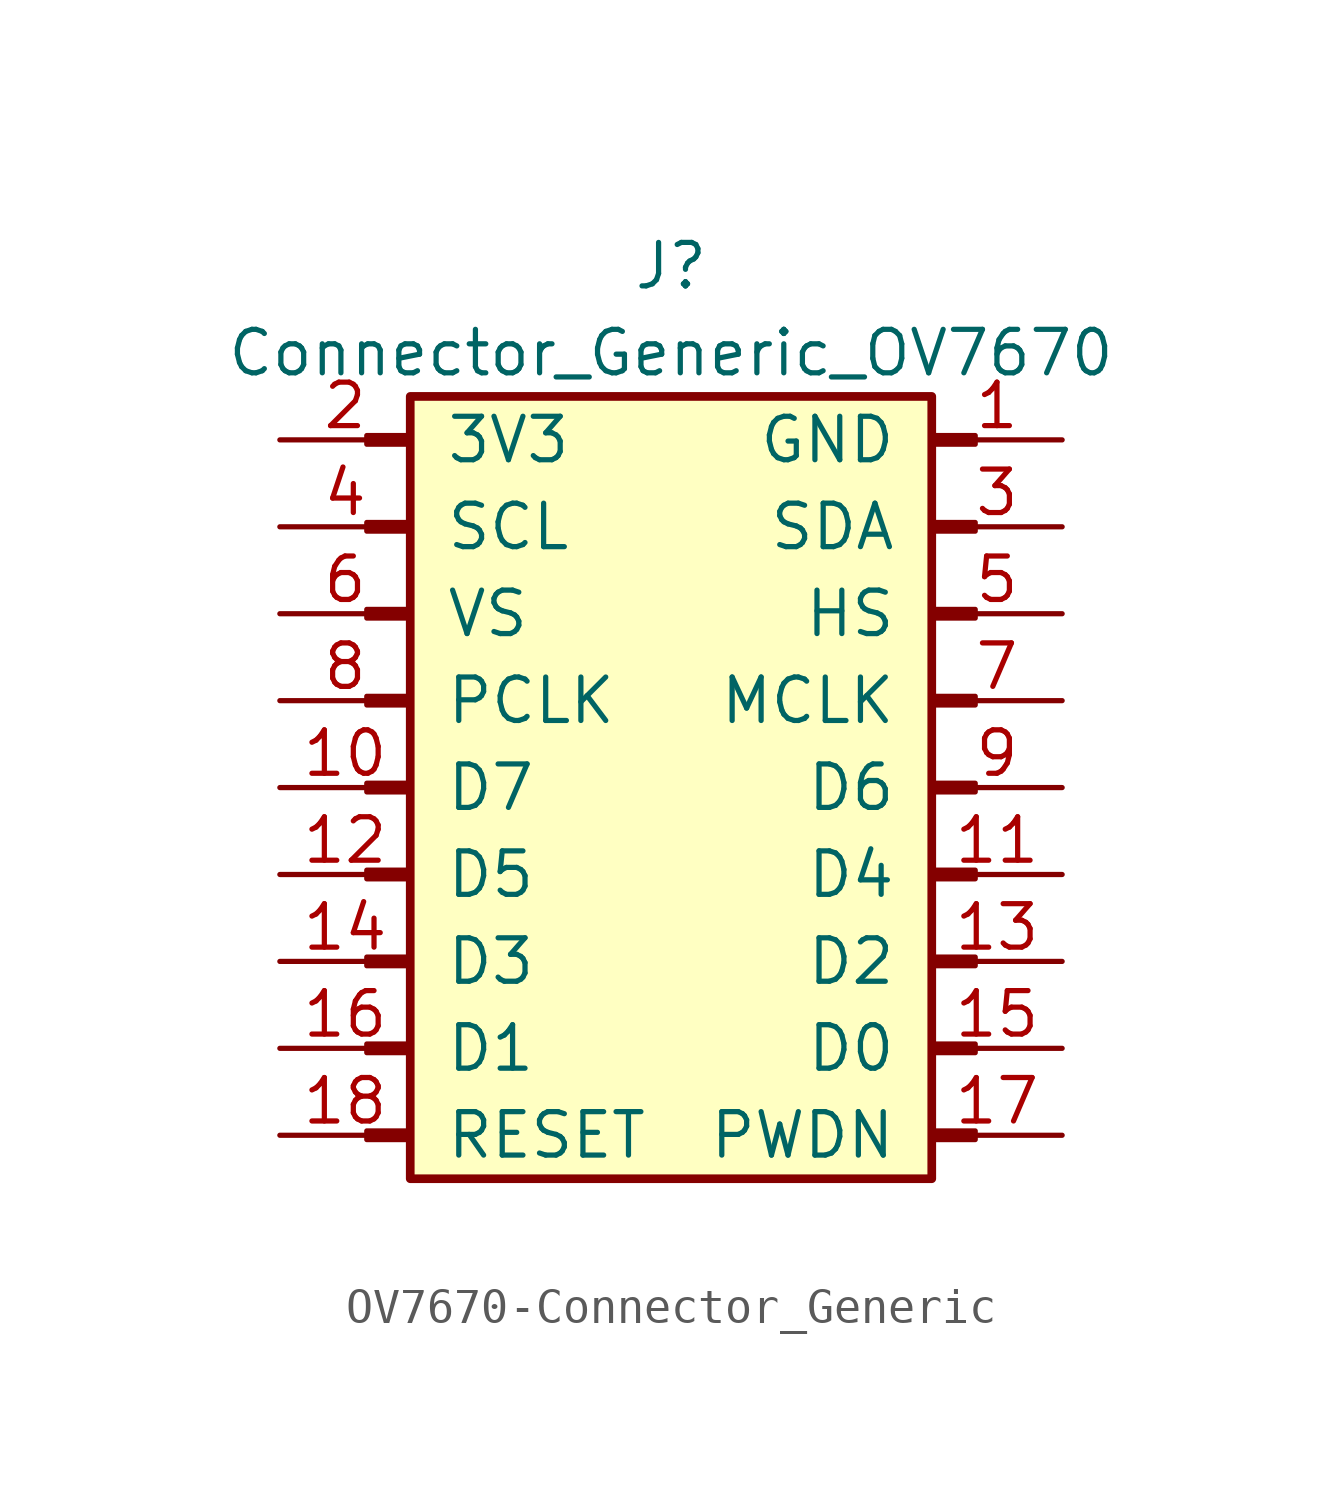
<source format=kicad_sym>
(kicad_symbol_lib
  (version 20220914)
  (generator kicad_symbol_editor)
  (symbol "OV7670-Connector_Generic"
    (pin_names
      (offset 1.016))
    (property "Reference" "J"
      (at 0 15.24 0)
      (effects (font (size 1.27 1.27))))
    (property "Value" "Connector_Generic_OV7670"
      (at 0 12.7 0)
      (effects (font (size 1.27 1.27))))
    (symbol "OV7670-Connector_Generic_1_1"
      (rectangle (start -8.89 -10.033) (end -7.62 -10.287) (stroke (width 0.152) (type solid)) (fill (type none)))
      (rectangle (start -8.89 -7.493) (end -7.62 -7.747) (stroke (width 0.152) (type solid)) (fill (type none)))
      (rectangle (start -8.89 -4.953) (end -7.62 -5.207) (stroke (width 0.152) (type solid)) (fill (type none)))
      (rectangle (start -8.89 -2.413) (end -7.62 -2.667) (stroke (width 0.152) (type solid)) (fill (type none)))
      (rectangle (start -8.89 0.127) (end -7.62 -0.127) (stroke (width 0.152) (type solid)) (fill (type none)))
      (rectangle (start -8.89 2.667) (end -7.62 2.413) (stroke (width 0.152) (type solid)) (fill (type none)))
      (rectangle (start -8.89 5.207) (end -7.62 4.953) (stroke (width 0.152) (type solid)) (fill (type none)))
      (rectangle (start -8.89 7.747) (end -7.62 7.493) (stroke (width 0.152) (type solid)) (fill (type none)))
      (rectangle (start -8.89 10.287) (end -7.62 10.033) (stroke (width 0.152) (type solid)) (fill (type none)))
      (rectangle (start -7.62 11.43) (end 7.62 -11.43) (stroke (width 0.254) (type solid)) (fill (type background)))
      (rectangle (start 8.89 -10.033) (end 7.62 -10.287) (stroke (width 0.152) (type solid)) (fill (type none)))
      (rectangle (start 8.89 -7.493) (end 7.62 -7.747) (stroke (width 0.152) (type solid)) (fill (type none)))
      (rectangle (start 8.89 -4.953) (end 7.62 -5.207) (stroke (width 0.152) (type solid)) (fill (type none)))
      (rectangle (start 8.89 -2.413) (end 7.62 -2.667) (stroke (width 0.152) (type solid)) (fill (type none)))
      (rectangle (start 8.89 0.127) (end 7.62 -0.127) (stroke (width 0.152) (type solid)) (fill (type none)))
      (rectangle (start 8.89 2.667) (end 7.62 2.413) (stroke (width 0.152) (type solid)) (fill (type none)))
      (rectangle (start 8.89 5.207) (end 7.62 4.953) (stroke (width 0.152) (type solid)) (fill (type none)))
      (rectangle (start 8.89 7.747) (end 7.62 7.493) (stroke (width 0.152) (type solid)) (fill (type none)))
      (rectangle (start 8.89 10.287) (end 7.62 10.033) (stroke (width 0.152) (type solid)) (fill (type none)))
      (pin power_in line (at 11.43 10.16 180) (length 3.81) (name "GND" (effects (font (size 1.27 1.27)))) (number "1" (effects (font (size 1.27 1.27)))))
      (pin output line (at -11.43 0 0) (length 3.81) (name "D7" (effects (font (size 1.27 1.27)))) (number "10" (effects (font (size 1.27 1.27)))))
      (pin output line (at 11.43 -2.54 180) (length 3.81) (name "D4" (effects (font (size 1.27 1.27)))) (number "11" (effects (font (size 1.27 1.27)))))
      (pin output line (at -11.43 -2.54 0) (length 3.81) (name "D5" (effects (font (size 1.27 1.27)))) (number "12" (effects (font (size 1.27 1.27)))))
      (pin output line (at 11.43 -5.08 180) (length 3.81) (name "D2" (effects (font (size 1.27 1.27)))) (number "13" (effects (font (size 1.27 1.27)))))
      (pin output line (at -11.43 -5.08 0) (length 3.81) (name "D3" (effects (font (size 1.27 1.27)))) (number "14" (effects (font (size 1.27 1.27)))))
      (pin output line (at 11.43 -7.62 180) (length 3.81) (name "D0" (effects (font (size 1.27 1.27)))) (number "15" (effects (font (size 1.27 1.27)))))
      (pin output line (at -11.43 -7.62 0) (length 3.81) (name "D1" (effects (font (size 1.27 1.27)))) (number "16" (effects (font (size 1.27 1.27)))))
      (pin input line (at 11.43 -10.16 180) (length 3.81) (name "PWDN" (effects (font (size 1.27 1.27)))) (number "17" (effects (font (size 1.27 1.27)))))
      (pin input line (at -11.43 -10.16 0) (length 3.81) (name "RESET" (effects (font (size 1.27 1.27)))) (number "18" (effects (font (size 1.27 1.27)))))
      (pin power_in line (at -11.43 10.16 0) (length 3.81) (name "3V3" (effects (font (size 1.27 1.27)))) (number "2" (effects (font (size 1.27 1.27)))))
      (pin bidirectional line (at 11.43 7.62 180) (length 3.81) (name "SDA" (effects (font (size 1.27 1.27)))) (number "3" (effects (font (size 1.27 1.27)))))
      (pin bidirectional line (at -11.43 7.62 0) (length 3.81) (name "SCL" (effects (font (size 1.27 1.27)))) (number "4" (effects (font (size 1.27 1.27)))))
      (pin output line (at 11.43 5.08 180) (length 3.81) (name "HS" (effects (font (size 1.27 1.27)))) (number "5" (effects (font (size 1.27 1.27)))))
      (pin output line (at -11.43 5.08 0) (length 3.81) (name "VS" (effects (font (size 1.27 1.27)))) (number "6" (effects (font (size 1.27 1.27)))))
      (pin input line (at 11.43 2.54 180) (length 3.81) (name "MCLK" (effects (font (size 1.27 1.27)))) (number "7" (effects (font (size 1.27 1.27)))))
      (pin output line (at -11.43 2.54 0) (length 3.81) (name "PCLK" (effects (font (size 1.27 1.27)))) (number "8" (effects (font (size 1.27 1.27)))))
      (pin output line (at 11.43 0 180) (length 3.81) (name "D6" (effects (font (size 1.27 1.27)))) (number "9" (effects (font (size 1.27 1.27))))))))
</source>
